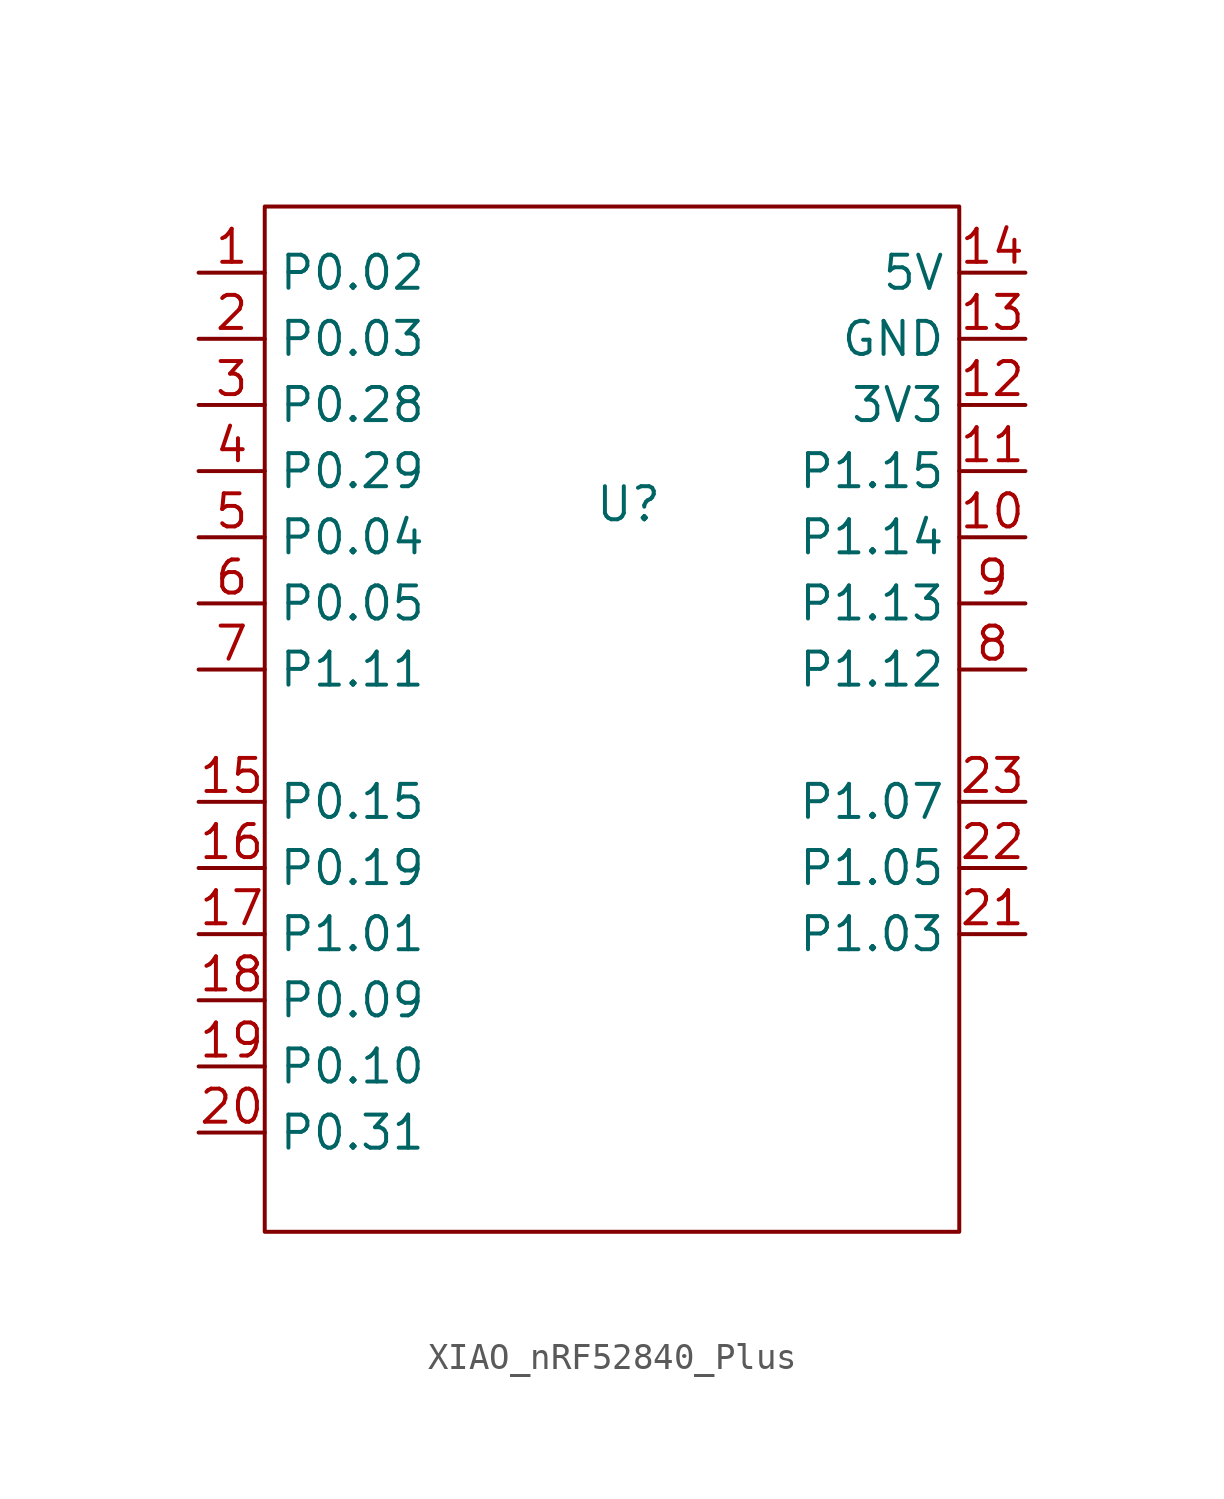
<source format=kicad_sym>
(kicad_symbol_lib
  (version 20241209)
  (generator "kicad_symbol_editor")
  (generator_version "9.0")
  (symbol "XIAO_nRF52840_Plus"
    (property "Reference" "U"
      (at 0 0 0)
      (effects (font (size 1.27 1.27))))
    (property "Value" ""
      (at 0 0 0)
      (effects (font (size 1.27 1.27))))
    (symbol "XIAO_nRF52840_Plus_0_1"
      (rectangle (start -13.97 11.43) (end 12.7 -27.94) (stroke (width 0) (type default)) (fill (type none))))
    (symbol "XIAO_nRF52840_Plus_1_1"
      (pin bidirectional line (at -16.51 8.89 0) (length 2.54) (name "P0.02" (effects (font (size 1.27 1.27)))) (number "1" (effects (font (size 1.27 1.27)))))
      (pin bidirectional line (at -16.51 6.35 0) (length 2.54) (name "P0.03" (effects (font (size 1.27 1.27)))) (number "2" (effects (font (size 1.27 1.27)))))
      (pin bidirectional line (at -16.51 3.81 0) (length 2.54) (name "P0.28" (effects (font (size 1.27 1.27)))) (number "3" (effects (font (size 1.27 1.27)))))
      (pin bidirectional line (at -16.51 1.27 0) (length 2.54) (name "P0.29" (effects (font (size 1.27 1.27)))) (number "4" (effects (font (size 1.27 1.27)))))
      (pin bidirectional line (at -16.51 -1.27 0) (length 2.54) (name "P0.04" (effects (font (size 1.27 1.27)))) (number "5" (effects (font (size 1.27 1.27)))))
      (pin bidirectional line (at -16.51 -3.81 0) (length 2.54) (name "P0.05" (effects (font (size 1.27 1.27)))) (number "6" (effects (font (size 1.27 1.27)))))
      (pin bidirectional line (at -16.51 -6.35 0) (length 2.54) (name "P1.11" (effects (font (size 1.27 1.27)))) (number "7" (effects (font (size 1.27 1.27)))))
      (pin bidirectional line (at -16.51 -11.43 0) (length 2.54) (name "P0.15" (effects (font (size 1.27 1.27)))) (number "15" (effects (font (size 1.27 1.27)))))
      (pin bidirectional line (at -16.51 -13.97 0) (length 2.54) (name "P0.19" (effects (font (size 1.27 1.27)))) (number "16" (effects (font (size 1.27 1.27)))))
      (pin bidirectional line (at -16.51 -16.51 0) (length 2.54) (name "P1.01" (effects (font (size 1.27 1.27)))) (number "17" (effects (font (size 1.27 1.27)))))
      (pin bidirectional line (at -16.51 -19.05 0) (length 2.54) (name "P0.09" (effects (font (size 1.27 1.27)))) (number "18" (effects (font (size 1.27 1.27)))))
      (pin bidirectional line (at -16.51 -21.59 0) (length 2.54) (name "P0.10" (effects (font (size 1.27 1.27)))) (number "19" (effects (font (size 1.27 1.27)))))
      (pin bidirectional line (at -16.51 -24.13 0) (length 2.54) (name "P0.31" (effects (font (size 1.27 1.27)))) (number "20" (effects (font (size 1.27 1.27)))))
      (pin power_out line (at 15.24 8.89 180) (length 2.54) (name "5V" (effects (font (size 1.27 1.27)))) (number "14" (effects (font (size 1.27 1.27)))))
      (pin power_in line (at 15.24 6.35 180) (length 2.54) (name "GND" (effects (font (size 1.27 1.27)))) (number "13" (effects (font (size 1.27 1.27)))))
      (pin passive line (at 15.24 3.81 180) (length 2.54) (name "3V3" (effects (font (size 1.27 1.27)))) (number "12" (effects (font (size 1.27 1.27)))))
      (pin bidirectional line (at 15.24 1.27 180) (length 2.54) (name "P1.15" (effects (font (size 1.27 1.27)))) (number "11" (effects (font (size 1.27 1.27)))))
      (pin bidirectional line (at 15.24 -1.27 180) (length 2.54) (name "P1.14" (effects (font (size 1.27 1.27)))) (number "10" (effects (font (size 1.27 1.27)))))
      (pin bidirectional line (at 15.24 -3.81 180) (length 2.54) (name "P1.13" (effects (font (size 1.27 1.27)))) (number "9" (effects (font (size 1.27 1.27)))))
      (pin bidirectional line (at 15.24 -6.35 180) (length 2.54) (name "P1.12" (effects (font (size 1.27 1.27)))) (number "8" (effects (font (size 1.27 1.27)))))
      (pin bidirectional line (at 15.24 -11.43 180) (length 2.54) (name "P1.07" (effects (font (size 1.27 1.27)))) (number "23" (effects (font (size 1.27 1.27)))))
      (pin bidirectional line (at 15.24 -13.97 180) (length 2.54) (name "P1.05" (effects (font (size 1.27 1.27)))) (number "22" (effects (font (size 1.27 1.27)))))
      (pin bidirectional line (at 15.24 -16.51 180) (length 2.54) (name "P1.03" (effects (font (size 1.27 1.27)))) (number "21" (effects (font (size 1.27 1.27))))))))
</source>
